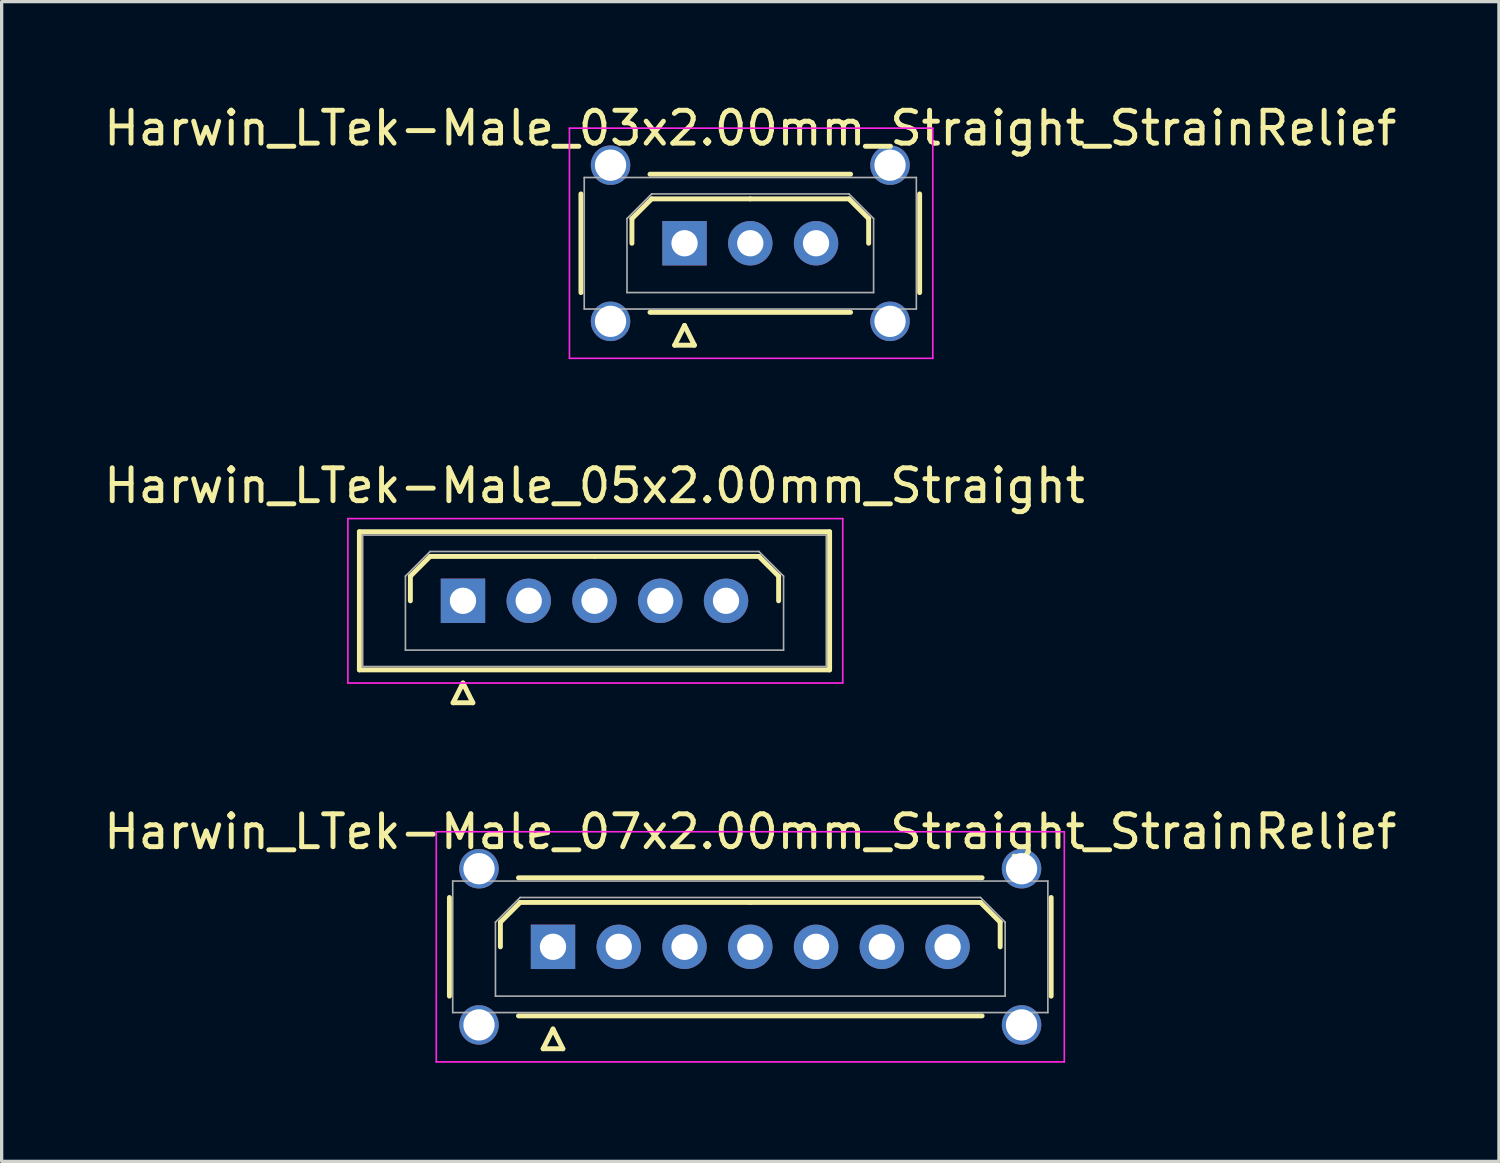
<source format=kicad_pcb>
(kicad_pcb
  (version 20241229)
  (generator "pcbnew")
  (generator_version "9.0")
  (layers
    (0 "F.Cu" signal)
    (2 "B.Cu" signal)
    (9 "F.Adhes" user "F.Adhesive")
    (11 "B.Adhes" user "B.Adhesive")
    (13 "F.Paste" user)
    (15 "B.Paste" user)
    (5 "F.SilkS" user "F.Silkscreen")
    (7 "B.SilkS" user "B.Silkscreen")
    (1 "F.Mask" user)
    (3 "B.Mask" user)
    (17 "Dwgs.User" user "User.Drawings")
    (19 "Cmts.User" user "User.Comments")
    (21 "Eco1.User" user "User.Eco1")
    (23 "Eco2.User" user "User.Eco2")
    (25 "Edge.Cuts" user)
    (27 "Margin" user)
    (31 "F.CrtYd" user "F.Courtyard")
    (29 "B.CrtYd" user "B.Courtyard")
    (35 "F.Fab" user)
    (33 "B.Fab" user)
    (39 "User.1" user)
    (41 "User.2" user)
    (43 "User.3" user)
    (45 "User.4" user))
  (footprint "Harwin_LTek-Male_07x2.00mm_Straight_StrainRelief"
    (layer "F.Cu")
    (at 13.768 25.745)
    (property "Reference" "Harwin_LTek-Male_07x2.00mm_Straight_StrainRelief" (at 6 -3.5 0) (layer "F.SilkS") (effects (font (size 1 1) (thickness 0.15))))
    (attr through_hole)
    (fp_line (start -3.15 -1.5) (end -3.15 1.5) (stroke (width 0.15) (type solid)) (layer "F.SilkS"))
    (fp_line (start -1.6 -0.75) (end -1 -1.35) (stroke (width 0.15) (type solid)) (layer "F.SilkS"))
    (fp_line (start -1.6 0) (end -1.6 -0.75) (stroke (width 0.15) (type solid)) (layer "F.SilkS"))
    (fp_line (start -1.05 -2.1) (end 13.05 -2.1) (stroke (width 0.15) (type solid)) (layer "F.SilkS"))
    (fp_line (start -1.05 2.1) (end 13.05 2.1) (stroke (width 0.15) (type solid)) (layer "F.SilkS"))
    (fp_line (start -1 -1.35) (end 6 -1.35) (stroke (width 0.15) (type solid)) (layer "F.SilkS"))
    (fp_line (start -0.3 3.1) (end 0.3 3.1) (stroke (width 0.15) (type solid)) (layer "F.SilkS"))
    (fp_line (start 0 2.5) (end -0.3 3.1) (stroke (width 0.15) (type solid)) (layer "F.SilkS"))
    (fp_line (start 0.3 3.1) (end 0 2.5) (stroke (width 0.15) (type solid)) (layer "F.SilkS"))
    (fp_line (start 13 -1.35) (end 6 -1.35) (stroke (width 0.15) (type solid)) (layer "F.SilkS"))
    (fp_line (start 13.6 -0.75) (end 13 -1.35) (stroke (width 0.15) (type solid)) (layer "F.SilkS"))
    (fp_line (start 13.6 0) (end 13.6 -0.75) (stroke (width 0.15) (type solid)) (layer "F.SilkS"))
    (fp_line (start 15.15 -1.5) (end 15.15 1.5) (stroke (width 0.15) (type solid)) (layer "F.SilkS"))
    (fp_line (start -3.55 -3.5) (end -3.55 3.5) (stroke (width 0.05) (type solid)) (layer "F.CrtYd"))
    (fp_line (start -3.55 3.5) (end 15.55 3.5) (stroke (width 0.05) (type solid)) (layer "F.CrtYd"))
    (fp_line (start 15.55 -3.5) (end -3.55 -3.5) (stroke (width 0.05) (type solid)) (layer "F.CrtYd"))
    (fp_line (start 15.55 3.5) (end 15.55 -3.5) (stroke (width 0.05) (type solid)) (layer "F.CrtYd"))
    (fp_line (start -3.05 -2) (end -3.05 2) (stroke (width 0.05) (type solid)) (layer "F.Fab"))
    (fp_line (start -3.05 2) (end 15.05 2) (stroke (width 0.05) (type solid)) (layer "F.Fab"))
    (fp_line (start -1.75 -0.75) (end -1 -1.5) (stroke (width 0.05) (type solid)) (layer "F.Fab"))
    (fp_line (start -1.75 1.5) (end -1.75 -0.75) (stroke (width 0.05) (type solid)) (layer "F.Fab"))
    (fp_line (start -1 -1.5) (end 13 -1.5) (stroke (width 0.05) (type solid)) (layer "F.Fab"))
    (fp_line (start 13 -1.5) (end 13.75 -0.75) (stroke (width 0.05) (type solid)) (layer "F.Fab"))
    (fp_line (start 13.75 -0.75) (end 13.75 1.5) (stroke (width 0.05) (type solid)) (layer "F.Fab"))
    (fp_line (start 13.75 1.5) (end -1.75 1.5) (stroke (width 0.05) (type solid)) (layer "F.Fab"))
    (fp_line (start 15.05 -2) (end -3.05 -2) (stroke (width 0.05) (type solid)) (layer "F.Fab"))
    (fp_line (start 15.05 2) (end 15.05 -2) (stroke (width 0.05) (type solid)) (layer "F.Fab"))
    (pad "" thru_hole circle (at -2.25 -2.375) (size 1.2 1.2) (drill 0.95) (layers "*.Cu" "*.Mask"))
    (pad "" thru_hole circle (at -2.25 2.375) (size 1.2 1.2) (drill 0.95) (layers "*.Cu" "*.Mask"))
    (pad "" thru_hole circle (at 14.25 -2.375) (size 1.2 1.2) (drill 0.95) (layers "*.Cu" "*.Mask"))
    (pad "" thru_hole circle (at 14.25 2.375) (size 1.2 1.2) (drill 0.95) (layers "*.Cu" "*.Mask"))
    (pad "1" thru_hole rect (at 0 0) (size 1.35 1.35) (drill 0.8) (layers "*.Cu" "*.Mask"))
    (pad "2" thru_hole circle (at 2 0) (size 1.35 1.35) (drill 0.8) (layers "*.Cu" "*.Mask"))
    (pad "3" thru_hole circle (at 4 0) (size 1.35 1.35) (drill 0.8) (layers "*.Cu" "*.Mask"))
    (pad "4" thru_hole circle (at 6 0) (size 1.35 1.35) (drill 0.8) (layers "*.Cu" "*.Mask"))
    (pad "5" thru_hole circle (at 8 0) (size 1.35 1.35) (drill 0.8) (layers "*.Cu" "*.Mask"))
    (pad "6" thru_hole circle (at 10 0) (size 1.35 1.35) (drill 0.8) (layers "*.Cu" "*.Mask"))
    (pad "7" thru_hole circle (at 12 0) (size 1.35 1.35) (drill 0.8) (layers "*.Cu" "*.Mask")))
  (footprint "Harwin_LTek-Male_05x2.00mm_Straight"
    (layer "F.Cu")
    (at 11.03 15.222)
    (property "Reference" "Harwin_LTek-Male_05x2.00mm_Straight" (at 4 -3.5 0) (layer "F.SilkS") (effects (font (size 1 1) (thickness 0.15))))
    (attr through_hole)
    (fp_line (start -3.15 -2.1) (end -3.15 2.1) (stroke (width 0.15) (type solid)) (layer "F.SilkS"))
    (fp_line (start -3.15 2.1) (end 11.15 2.1) (stroke (width 0.15) (type solid)) (layer "F.SilkS"))
    (fp_line (start -1.6 -0.75) (end -1 -1.35) (stroke (width 0.15) (type solid)) (layer "F.SilkS"))
    (fp_line (start -1.6 0) (end -1.6 -0.75) (stroke (width 0.15) (type solid)) (layer "F.SilkS"))
    (fp_line (start -1 -1.35) (end 4 -1.35) (stroke (width 0.15) (type solid)) (layer "F.SilkS"))
    (fp_line (start -0.3 3.1) (end 0.3 3.1) (stroke (width 0.15) (type solid)) (layer "F.SilkS"))
    (fp_line (start 0 2.5) (end -0.3 3.1) (stroke (width 0.15) (type solid)) (layer "F.SilkS"))
    (fp_line (start 0.3 3.1) (end 0 2.5) (stroke (width 0.15) (type solid)) (layer "F.SilkS"))
    (fp_line (start 9 -1.35) (end 4 -1.35) (stroke (width 0.15) (type solid)) (layer "F.SilkS"))
    (fp_line (start 9.6 -0.75) (end 9 -1.35) (stroke (width 0.15) (type solid)) (layer "F.SilkS"))
    (fp_line (start 9.6 0) (end 9.6 -0.75) (stroke (width 0.15) (type solid)) (layer "F.SilkS"))
    (fp_line (start 11.15 -2.1) (end -3.15 -2.1) (stroke (width 0.15) (type solid)) (layer "F.SilkS"))
    (fp_line (start 11.15 2.1) (end 11.15 -2.1) (stroke (width 0.15) (type solid)) (layer "F.SilkS"))
    (fp_line (start -3.5 -2.5) (end -3.5 2.5) (stroke (width 0.05) (type solid)) (layer "F.CrtYd"))
    (fp_line (start -3.5 2.5) (end 11.55 2.5) (stroke (width 0.05) (type solid)) (layer "F.CrtYd"))
    (fp_line (start 11.55 -2.5) (end -3.5 -2.5) (stroke (width 0.05) (type solid)) (layer "F.CrtYd"))
    (fp_line (start 11.55 2.5) (end 11.55 -2.5) (stroke (width 0.05) (type solid)) (layer "F.CrtYd"))
    (fp_line (start -3.05 -2) (end -3.05 2) (stroke (width 0.05) (type solid)) (layer "F.Fab"))
    (fp_line (start -3.05 2) (end 11.05 2) (stroke (width 0.05) (type solid)) (layer "F.Fab"))
    (fp_line (start -1.75 -0.75) (end -1 -1.5) (stroke (width 0.05) (type solid)) (layer "F.Fab"))
    (fp_line (start -1.75 1.5) (end -1.75 -0.75) (stroke (width 0.05) (type solid)) (layer "F.Fab"))
    (fp_line (start -1 -1.5) (end 9 -1.5) (stroke (width 0.05) (type solid)) (layer "F.Fab"))
    (fp_line (start 9 -1.5) (end 9.75 -0.75) (stroke (width 0.05) (type solid)) (layer "F.Fab"))
    (fp_line (start 9.75 -0.75) (end 9.75 1.5) (stroke (width 0.05) (type solid)) (layer "F.Fab"))
    (fp_line (start 9.75 1.5) (end -1.75 1.5) (stroke (width 0.05) (type solid)) (layer "F.Fab"))
    (fp_line (start 11.05 -2) (end -3.05 -2) (stroke (width 0.05) (type solid)) (layer "F.Fab"))
    (fp_line (start 11.05 2) (end 11.05 -2) (stroke (width 0.05) (type solid)) (layer "F.Fab"))
    (pad "1" thru_hole rect (at 0 0) (size 1.35 1.35) (drill 0.8) (layers "*.Cu" "*.Mask"))
    (pad "2" thru_hole circle (at 2 0) (size 1.35 1.35) (drill 0.8) (layers "*.Cu" "*.Mask"))
    (pad "3" thru_hole circle (at 4 0) (size 1.35 1.35) (drill 0.8) (layers "*.Cu" "*.Mask"))
    (pad "4" thru_hole circle (at 6 0) (size 1.35 1.35) (drill 0.8) (layers "*.Cu" "*.Mask"))
    (pad "5" thru_hole circle (at 8 0) (size 1.35 1.35) (drill 0.8) (layers "*.Cu" "*.Mask")))
  (footprint "Harwin_LTek-Male_03x2.00mm_Straight_StrainRelief"
    (layer "F.Cu")
    (at 17.768 4.348)
    (property "Reference" "Harwin_LTek-Male_03x2.00mm_Straight_StrainRelief" (at 2 -3.5 0) (layer "F.SilkS") (effects (font (size 1 1) (thickness 0.15))))
    (attr through_hole)
    (fp_line (start -3.15 -1.5) (end -3.15 1.5) (stroke (width 0.15) (type solid)) (layer "F.SilkS"))
    (fp_line (start -1.6 -0.75) (end -1 -1.35) (stroke (width 0.15) (type solid)) (layer "F.SilkS"))
    (fp_line (start -1.6 0) (end -1.6 -0.75) (stroke (width 0.15) (type solid)) (layer "F.SilkS"))
    (fp_line (start -1.05 -2.1) (end 5.05 -2.1) (stroke (width 0.15) (type solid)) (layer "F.SilkS"))
    (fp_line (start -1.05 2.1) (end 5.05 2.1) (stroke (width 0.15) (type solid)) (layer "F.SilkS"))
    (fp_line (start -1 -1.35) (end 2 -1.35) (stroke (width 0.15) (type solid)) (layer "F.SilkS"))
    (fp_line (start -0.3 3.1) (end 0.3 3.1) (stroke (width 0.15) (type solid)) (layer "F.SilkS"))
    (fp_line (start 0 2.5) (end -0.3 3.1) (stroke (width 0.15) (type solid)) (layer "F.SilkS"))
    (fp_line (start 0.3 3.1) (end 0 2.5) (stroke (width 0.15) (type solid)) (layer "F.SilkS"))
    (fp_line (start 5 -1.35) (end 2 -1.35) (stroke (width 0.15) (type solid)) (layer "F.SilkS"))
    (fp_line (start 5.6 -0.75) (end 5 -1.35) (stroke (width 0.15) (type solid)) (layer "F.SilkS"))
    (fp_line (start 5.6 0) (end 5.6 -0.75) (stroke (width 0.15) (type solid)) (layer "F.SilkS"))
    (fp_line (start 7.15 -1.5) (end 7.15 1.5) (stroke (width 0.15) (type solid)) (layer "F.SilkS"))
    (fp_line (start -3.5 -3.5) (end -3.5 3.5) (stroke (width 0.05) (type solid)) (layer "F.CrtYd"))
    (fp_line (start -3.5 3.5) (end 7.55 3.5) (stroke (width 0.05) (type solid)) (layer "F.CrtYd"))
    (fp_line (start 7.55 -3.5) (end -3.5 -3.5) (stroke (width 0.05) (type solid)) (layer "F.CrtYd"))
    (fp_line (start 7.55 3.5) (end 7.55 -3.5) (stroke (width 0.05) (type solid)) (layer "F.CrtYd"))
    (fp_line (start -3.05 -2) (end -3.05 2) (stroke (width 0.05) (type solid)) (layer "F.Fab"))
    (fp_line (start -3.05 2) (end 7.05 2) (stroke (width 0.05) (type solid)) (layer "F.Fab"))
    (fp_line (start -1.75 -0.75) (end -1 -1.5) (stroke (width 0.05) (type solid)) (layer "F.Fab"))
    (fp_line (start -1.75 1.5) (end -1.75 -0.75) (stroke (width 0.05) (type solid)) (layer "F.Fab"))
    (fp_line (start -1 -1.5) (end 5 -1.5) (stroke (width 0.05) (type solid)) (layer "F.Fab"))
    (fp_line (start 5 -1.5) (end 5.75 -0.75) (stroke (width 0.05) (type solid)) (layer "F.Fab"))
    (fp_line (start 5.75 -0.75) (end 5.75 1.5) (stroke (width 0.05) (type solid)) (layer "F.Fab"))
    (fp_line (start 5.75 1.5) (end -1.75 1.5) (stroke (width 0.05) (type solid)) (layer "F.Fab"))
    (fp_line (start 7.05 -2) (end -3.05 -2) (stroke (width 0.05) (type solid)) (layer "F.Fab"))
    (fp_line (start 7.05 2) (end 7.05 -2) (stroke (width 0.05) (type solid)) (layer "F.Fab"))
    (pad "" thru_hole circle (at -2.25 -2.375) (size 1.2 1.2) (drill 0.95) (layers "*.Cu" "*.Mask"))
    (pad "" thru_hole circle (at -2.25 2.375) (size 1.2 1.2) (drill 0.95) (layers "*.Cu" "*.Mask"))
    (pad "" thru_hole circle (at 6.25 -2.375) (size 1.2 1.2) (drill 0.95) (layers "*.Cu" "*.Mask"))
    (pad "" thru_hole circle (at 6.25 2.375) (size 1.2 1.2) (drill 0.95) (layers "*.Cu" "*.Mask"))
    (pad "1" thru_hole rect (at 0 0) (size 1.35 1.35) (drill 0.8) (layers "*.Cu" "*.Mask"))
    (pad "2" thru_hole circle (at 2 0) (size 1.35 1.35) (drill 0.8) (layers "*.Cu" "*.Mask"))
    (pad "3" thru_hole circle (at 4 0) (size 1.35 1.35) (drill 0.8) (layers "*.Cu" "*.Mask")))
  (gr_rect
    (start -3 -3)
    (end 42.536 32.27)
    (stroke (width 0.1) (type default))
    (fill no)
    (layer "Edge.Cuts")))
</source>
